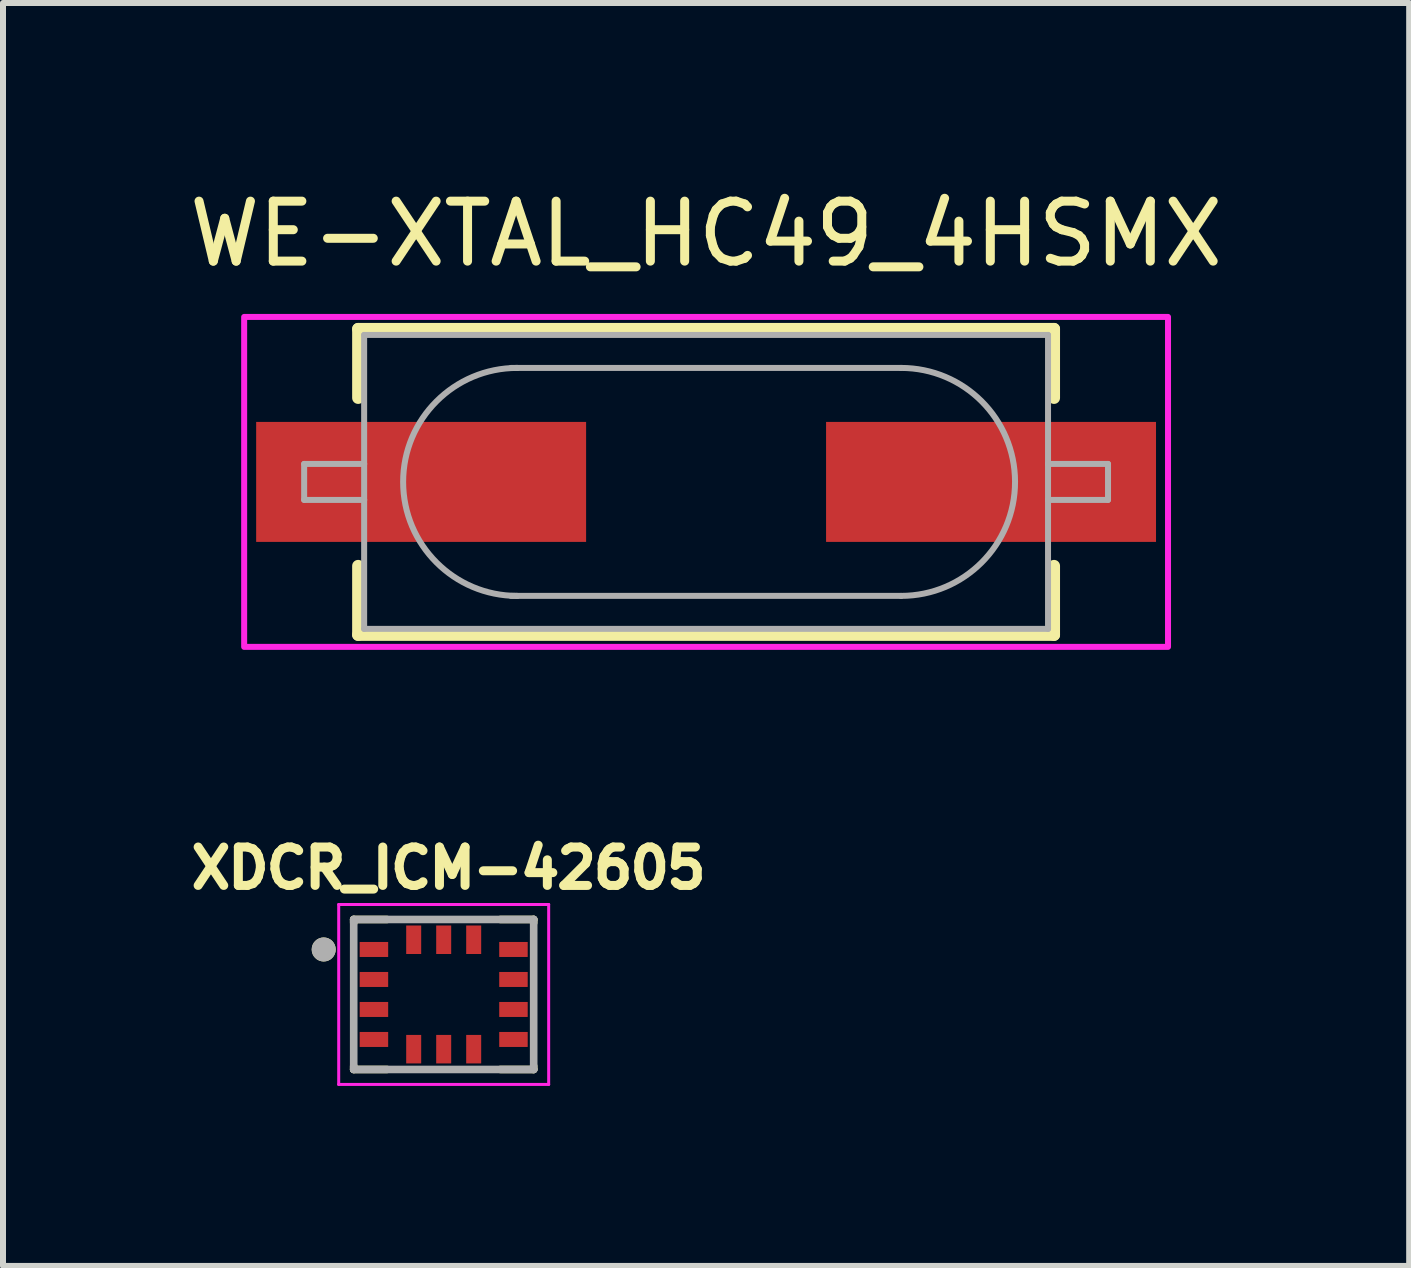
<source format=kicad_pcb>
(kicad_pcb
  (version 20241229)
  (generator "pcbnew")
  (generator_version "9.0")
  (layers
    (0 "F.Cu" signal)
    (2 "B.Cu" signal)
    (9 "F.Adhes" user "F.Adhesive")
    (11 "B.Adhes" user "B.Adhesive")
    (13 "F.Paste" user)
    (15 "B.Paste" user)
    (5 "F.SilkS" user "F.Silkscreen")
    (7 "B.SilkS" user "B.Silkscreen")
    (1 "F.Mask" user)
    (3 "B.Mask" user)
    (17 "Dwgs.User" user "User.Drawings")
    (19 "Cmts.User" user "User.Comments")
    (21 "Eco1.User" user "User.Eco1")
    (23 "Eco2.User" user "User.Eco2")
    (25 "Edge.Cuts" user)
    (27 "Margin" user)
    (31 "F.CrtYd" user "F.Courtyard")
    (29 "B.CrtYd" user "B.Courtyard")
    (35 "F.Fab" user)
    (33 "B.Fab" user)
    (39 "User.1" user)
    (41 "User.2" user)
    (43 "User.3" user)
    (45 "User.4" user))
  (footprint "XDCR_ICM-42605"
    (layer "F.Cu")
    (at 4.346 13.527)
    (property "Reference" "XDCR_ICM-42605" (at 0.082 -2.106 0) (layer "F.SilkS") (effects (font (size 0.64 0.64) (thickness 0.15))))
    (attr smd)
    (fp_poly (pts (xy -1.45 -0.925) (xy -0.875 -0.925) (xy -0.875 -0.575) (xy -1.45 -0.575)) (stroke (width 0.01) (type solid)) (fill yes) (layer "F.Mask"))
    (fp_poly (pts (xy -1.45 -0.425) (xy -0.875 -0.425) (xy -0.875 -0.075) (xy -1.45 -0.075)) (stroke (width 0.01) (type solid)) (fill yes) (layer "F.Mask"))
    (fp_poly (pts (xy -1.45 0.075) (xy -0.875 0.075) (xy -0.875 0.425) (xy -1.45 0.425)) (stroke (width 0.01) (type solid)) (fill yes) (layer "F.Mask"))
    (fp_poly (pts (xy -1.45 0.575) (xy -0.875 0.575) (xy -0.875 0.925) (xy -1.45 0.925)) (stroke (width 0.01) (type solid)) (fill yes) (layer "F.Mask"))
    (fp_poly (pts (xy -0.675 -1.2) (xy -0.325 -1.2) (xy -0.325 -0.625) (xy -0.675 -0.625)) (stroke (width 0.01) (type solid)) (fill yes) (layer "F.Mask"))
    (fp_poly (pts (xy -0.675 0.625) (xy -0.325 0.625) (xy -0.325 1.2) (xy -0.675 1.2)) (stroke (width 0.01) (type solid)) (fill yes) (layer "F.Mask"))
    (fp_poly (pts (xy -0.175 -1.2) (xy 0.175 -1.2) (xy 0.175 -0.625) (xy -0.175 -0.625)) (stroke (width 0.01) (type solid)) (fill yes) (layer "F.Mask"))
    (fp_poly (pts (xy -0.175 0.625) (xy 0.175 0.625) (xy 0.175 1.2) (xy -0.175 1.2)) (stroke (width 0.01) (type solid)) (fill yes) (layer "F.Mask"))
    (fp_poly (pts (xy 0.325 -1.2) (xy 0.675 -1.2) (xy 0.675 -0.625) (xy 0.325 -0.625)) (stroke (width 0.01) (type solid)) (fill yes) (layer "F.Mask"))
    (fp_poly (pts (xy 0.325 0.625) (xy 0.675 0.625) (xy 0.675 1.2) (xy 0.325 1.2)) (stroke (width 0.01) (type solid)) (fill yes) (layer "F.Mask"))
    (fp_poly (pts (xy 0.875 -0.925) (xy 1.45 -0.925) (xy 1.45 -0.575) (xy 0.875 -0.575)) (stroke (width 0.01) (type solid)) (fill yes) (layer "F.Mask"))
    (fp_poly (pts (xy 0.875 -0.425) (xy 1.45 -0.425) (xy 1.45 -0.075) (xy 0.875 -0.075)) (stroke (width 0.01) (type solid)) (fill yes) (layer "F.Mask"))
    (fp_poly (pts (xy 0.875 0.075) (xy 1.45 0.075) (xy 1.45 0.425) (xy 0.875 0.425)) (stroke (width 0.01) (type solid)) (fill yes) (layer "F.Mask"))
    (fp_poly (pts (xy 0.875 0.575) (xy 1.45 0.575) (xy 1.45 0.925) (xy 0.875 0.925)) (stroke (width 0.01) (type solid)) (fill yes) (layer "F.Mask"))
    (fp_line (start -1.5 -1.25) (end -0.945 -1.25) (stroke (width 0.127) (type solid)) (layer "F.SilkS"))
    (fp_line (start -1.5 -1.195) (end -1.5 -1.25) (stroke (width 0.127) (type solid)) (layer "F.SilkS"))
    (fp_line (start -1.5 1.25) (end -1.5 1.195) (stroke (width 0.127) (type solid)) (layer "F.SilkS"))
    (fp_line (start -0.945 1.25) (end -1.5 1.25) (stroke (width 0.127) (type solid)) (layer "F.SilkS"))
    (fp_line (start 0.945 -1.25) (end 1.5 -1.25) (stroke (width 0.127) (type solid)) (layer "F.SilkS"))
    (fp_line (start 1.5 -1.25) (end 1.5 -1.195) (stroke (width 0.127) (type solid)) (layer "F.SilkS"))
    (fp_line (start 1.5 1.25) (end 0.945 1.25) (stroke (width 0.127) (type solid)) (layer "F.SilkS"))
    (fp_line (start 1.5 1.25) (end 1.5 1.195) (stroke (width 0.127) (type solid)) (layer "F.SilkS"))
    (fp_circle (center -2 -0.75) (end -1.9 -0.75) (stroke (width 0.2) (type solid)) (fill no) (layer "F.SilkS"))
    (fp_poly (pts (xy -1.387 -0.869) (xy -0.938 -0.869) (xy -0.938 -0.631) (xy -1.387 -0.631)) (stroke (width 0.01) (type solid)) (fill yes) (layer "F.Paste"))
    (fp_poly (pts (xy -1.387 -0.369) (xy -0.938 -0.369) (xy -0.938 -0.131) (xy -1.387 -0.131)) (stroke (width 0.01) (type solid)) (fill yes) (layer "F.Paste"))
    (fp_poly (pts (xy -1.387 0.131) (xy -0.938 0.131) (xy -0.938 0.369) (xy -1.387 0.369)) (stroke (width 0.01) (type solid)) (fill yes) (layer "F.Paste"))
    (fp_poly (pts (xy -1.387 0.631) (xy -0.938 0.631) (xy -0.938 0.869) (xy -1.387 0.869)) (stroke (width 0.01) (type solid)) (fill yes) (layer "F.Paste"))
    (fp_poly (pts (xy -0.619 -1.137) (xy -0.381 -1.137) (xy -0.381 -0.688) (xy -0.619 -0.688)) (stroke (width 0.01) (type solid)) (fill yes) (layer "F.Paste"))
    (fp_poly (pts (xy -0.619 0.688) (xy -0.381 0.688) (xy -0.381 1.137) (xy -0.619 1.137)) (stroke (width 0.01) (type solid)) (fill yes) (layer "F.Paste"))
    (fp_poly (pts (xy -0.119 -1.137) (xy 0.119 -1.137) (xy 0.119 -0.688) (xy -0.119 -0.688)) (stroke (width 0.01) (type solid)) (fill yes) (layer "F.Paste"))
    (fp_poly (pts (xy -0.119 0.688) (xy 0.119 0.688) (xy 0.119 1.137) (xy -0.119 1.137)) (stroke (width 0.01) (type solid)) (fill yes) (layer "F.Paste"))
    (fp_poly (pts (xy 0.381 -1.137) (xy 0.619 -1.137) (xy 0.619 -0.688) (xy 0.381 -0.688)) (stroke (width 0.01) (type solid)) (fill yes) (layer "F.Paste"))
    (fp_poly (pts (xy 0.381 0.688) (xy 0.619 0.688) (xy 0.619 1.137) (xy 0.381 1.137)) (stroke (width 0.01) (type solid)) (fill yes) (layer "F.Paste"))
    (fp_poly (pts (xy 0.938 -0.869) (xy 1.387 -0.869) (xy 1.387 -0.631) (xy 0.938 -0.631)) (stroke (width 0.01) (type solid)) (fill yes) (layer "F.Paste"))
    (fp_poly (pts (xy 0.938 -0.369) (xy 1.387 -0.369) (xy 1.387 -0.131) (xy 0.938 -0.131)) (stroke (width 0.01) (type solid)) (fill yes) (layer "F.Paste"))
    (fp_poly (pts (xy 0.938 0.131) (xy 1.387 0.131) (xy 1.387 0.369) (xy 0.938 0.369)) (stroke (width 0.01) (type solid)) (fill yes) (layer "F.Paste"))
    (fp_poly (pts (xy 0.938 0.631) (xy 1.387 0.631) (xy 1.387 0.869) (xy 0.938 0.869)) (stroke (width 0.01) (type solid)) (fill yes) (layer "F.Paste"))
    (fp_line (start -1.75 -1.5) (end -1.75 1.5) (stroke (width 0.05) (type solid)) (layer "F.CrtYd"))
    (fp_line (start -1.75 1.5) (end 1.75 1.5) (stroke (width 0.05) (type solid)) (layer "F.CrtYd"))
    (fp_line (start 1.75 -1.5) (end -1.75 -1.5) (stroke (width 0.05) (type solid)) (layer "F.CrtYd"))
    (fp_line (start 1.75 1.5) (end 1.75 -1.5) (stroke (width 0.05) (type solid)) (layer "F.CrtYd"))
    (fp_line (start -1.5 -1.25) (end 1.5 -1.25) (stroke (width 0.127) (type solid)) (layer "F.Fab"))
    (fp_line (start -1.5 1.25) (end -1.5 -1.25) (stroke (width 0.127) (type solid)) (layer "F.Fab"))
    (fp_line (start 1.5 -1.25) (end 1.5 1.25) (stroke (width 0.127) (type solid)) (layer "F.Fab"))
    (fp_line (start 1.5 1.25) (end -1.5 1.25) (stroke (width 0.127) (type solid)) (layer "F.Fab"))
    (fp_circle (center -2 -0.75) (end -1.9 -0.75) (stroke (width 0.2) (type solid)) (fill no) (layer "F.Fab"))
    (pad "1" smd rect (at -1.163 -0.75) (size 0.475 0.25) (layers "F.Cu"))
    (pad "2" smd rect (at -1.163 -0.25) (size 0.475 0.25) (layers "F.Cu"))
    (pad "3" smd rect (at -1.163 0.25) (size 0.475 0.25) (layers "F.Cu"))
    (pad "4" smd rect (at -1.163 0.75) (size 0.475 0.25) (layers "F.Cu"))
    (pad "5" smd rect (at -0.5 0.912) (size 0.25 0.475) (layers "F.Cu"))
    (pad "6" smd rect (at 0 0.912) (size 0.25 0.475) (layers "F.Cu"))
    (pad "7" smd rect (at 0.5 0.912) (size 0.25 0.475) (layers "F.Cu"))
    (pad "8" smd rect (at 1.163 0.75) (size 0.475 0.25) (layers "F.Cu"))
    (pad "9" smd rect (at 1.163 0.25) (size 0.475 0.25) (layers "F.Cu"))
    (pad "10" smd rect (at 1.163 -0.25) (size 0.475 0.25) (layers "F.Cu"))
    (pad "11" smd rect (at 1.163 -0.75) (size 0.475 0.25) (layers "F.Cu"))
    (pad "12" smd rect (at 0.5 -0.912) (size 0.25 0.475) (layers "F.Cu"))
    (pad "13" smd rect (at 0 -0.912) (size 0.25 0.475) (layers "F.Cu"))
    (pad "14" smd rect (at -0.5 -0.912) (size 0.25 0.475) (layers "F.Cu"))
    (zone (net_name "") (layer "F.Cu") (hatch full 0.508) (connect_pads) (min_thickness 0.01) (filled_areas_thickness no) (keepout (tracks not_allowed) (vias not_allowed) (pads not_allowed) (copperpour not_allowed) (footprints allowed)) (placement (enabled no)) (fill) (polygon (pts (xy 3.421 12.852) (xy 5.271 12.852) (xy 5.271 14.202) (xy 3.421 14.202))))
    (zone (net_name "") (layers "F.Cu" "B.Cu") (hatch full 0.508) (connect_pads) (min_thickness 0.01) (filled_areas_thickness no) (keepout (tracks allowed) (vias not_allowed) (pads allowed) (copperpour allowed) (footprints allowed)) (placement (enabled no)) (fill) (polygon (pts (xy 3.421 12.852) (xy 5.271 12.852) (xy 5.271 14.202) (xy 3.421 14.202)))))
  (footprint "WE-XTAL_HC49_4HSMX"
    (layer "F.Cu")
    (at 8.72 4.983)
    (property "Reference" "WE-XTAL_HC49_4HSMX" (at 0 -4.135 0) (layer "F.SilkS") (effects (font (size 1 1) (thickness 0.15))))
    (attr smd)
    (fp_line (start -5.8 -2.55) (end 5.8 -2.55) (stroke (width 0.2) (type solid)) (layer "F.SilkS"))
    (fp_line (start -5.8 -1.4) (end -5.8 -2.55) (stroke (width 0.2) (type solid)) (layer "F.SilkS"))
    (fp_line (start -5.8 1.4) (end -5.8 2.55) (stroke (width 0.2) (type solid)) (layer "F.SilkS"))
    (fp_line (start -5.8 2.55) (end 5.8 2.55) (stroke (width 0.2) (type solid)) (layer "F.SilkS"))
    (fp_line (start 5.8 -2.55) (end 5.8 -1.4) (stroke (width 0.2) (type solid)) (layer "F.SilkS"))
    (fp_line (start 5.8 2.55) (end 5.8 1.4) (stroke (width 0.2) (type solid)) (layer "F.SilkS"))
    (fp_poly (pts (xy -7.7 -2.75) (xy 7.7 -2.75) (xy 7.7 2.75) (xy -7.7 2.75)) (stroke (width 0.1) (type solid)) (fill no) (layer "F.CrtYd"))
    (fp_line (start -6.7 -0.3) (end -6.7 0.3) (stroke (width 0.1) (type solid)) (layer "F.Fab"))
    (fp_line (start -6.7 0.3) (end -5.7 0.3) (stroke (width 0.1) (type solid)) (layer "F.Fab"))
    (fp_line (start -5.7 -2.45) (end 5.7 -2.45) (stroke (width 0.1) (type solid)) (layer "F.Fab"))
    (fp_line (start -5.7 -0.3) (end -6.7 -0.3) (stroke (width 0.1) (type solid)) (layer "F.Fab"))
    (fp_line (start -5.7 -0.3) (end -5.7 -2.45) (stroke (width 0.1) (type solid)) (layer "F.Fab"))
    (fp_line (start -5.7 0.3) (end -5.7 -0.3) (stroke (width 0.1) (type solid)) (layer "F.Fab"))
    (fp_line (start -5.7 2.45) (end -5.7 0.3) (stroke (width 0.1) (type solid)) (layer "F.Fab"))
    (fp_line (start -3.25 -1.9) (end -3.15 -1.9) (stroke (width 0.1) (type solid)) (layer "F.Fab"))
    (fp_line (start -3.15 -1.9) (end 3.25 -1.9) (stroke (width 0.1) (type solid)) (layer "F.Fab"))
    (fp_line (start -3.15 1.9) (end -3.25 1.9) (stroke (width 0.1) (type solid)) (layer "F.Fab"))
    (fp_line (start 3.25 1.9) (end -3.15 1.9) (stroke (width 0.1) (type solid)) (layer "F.Fab"))
    (fp_line (start 5.7 -2.45) (end 5.7 -0.3) (stroke (width 0.1) (type solid)) (layer "F.Fab"))
    (fp_line (start 5.7 -0.3) (end 5.7 0.3) (stroke (width 0.1) (type solid)) (layer "F.Fab"))
    (fp_line (start 5.7 -0.3) (end 6.7 -0.3) (stroke (width 0.1) (type solid)) (layer "F.Fab"))
    (fp_line (start 5.7 0.3) (end 5.7 2.45) (stroke (width 0.1) (type solid)) (layer "F.Fab"))
    (fp_line (start 5.7 2.45) (end -5.7 2.45) (stroke (width 0.1) (type solid)) (layer "F.Fab"))
    (fp_line (start 6.7 -0.3) (end 6.7 0.3) (stroke (width 0.1) (type solid)) (layer "F.Fab"))
    (fp_line (start 6.7 0.3) (end 5.7 0.3) (stroke (width 0.1) (type solid)) (layer "F.Fab"))
    (fp_arc (start -3.15 1.9) (mid -5.05 0) (end -3.15 -1.9) (stroke (width 0.1) (type solid)) (layer "F.Fab"))
    (fp_arc (start 3.25 -1.9) (mid 5.15 0) (end 3.25 1.9) (stroke (width 0.1) (type solid)) (layer "F.Fab"))
    (pad "1" smd rect (at -4.75 0) (size 5.5 2) (layers "F.Cu" "F.Mask" "F.Paste"))
    (pad "2" smd rect (at 4.75 0) (size 5.5 2) (layers "F.Cu" "F.Mask" "F.Paste")))
  (gr_rect
    (start -3 -3)
    (end 20.44 18.052)
    (stroke (width 0.1) (type default))
    (fill no)
    (layer "Edge.Cuts")))
</source>
